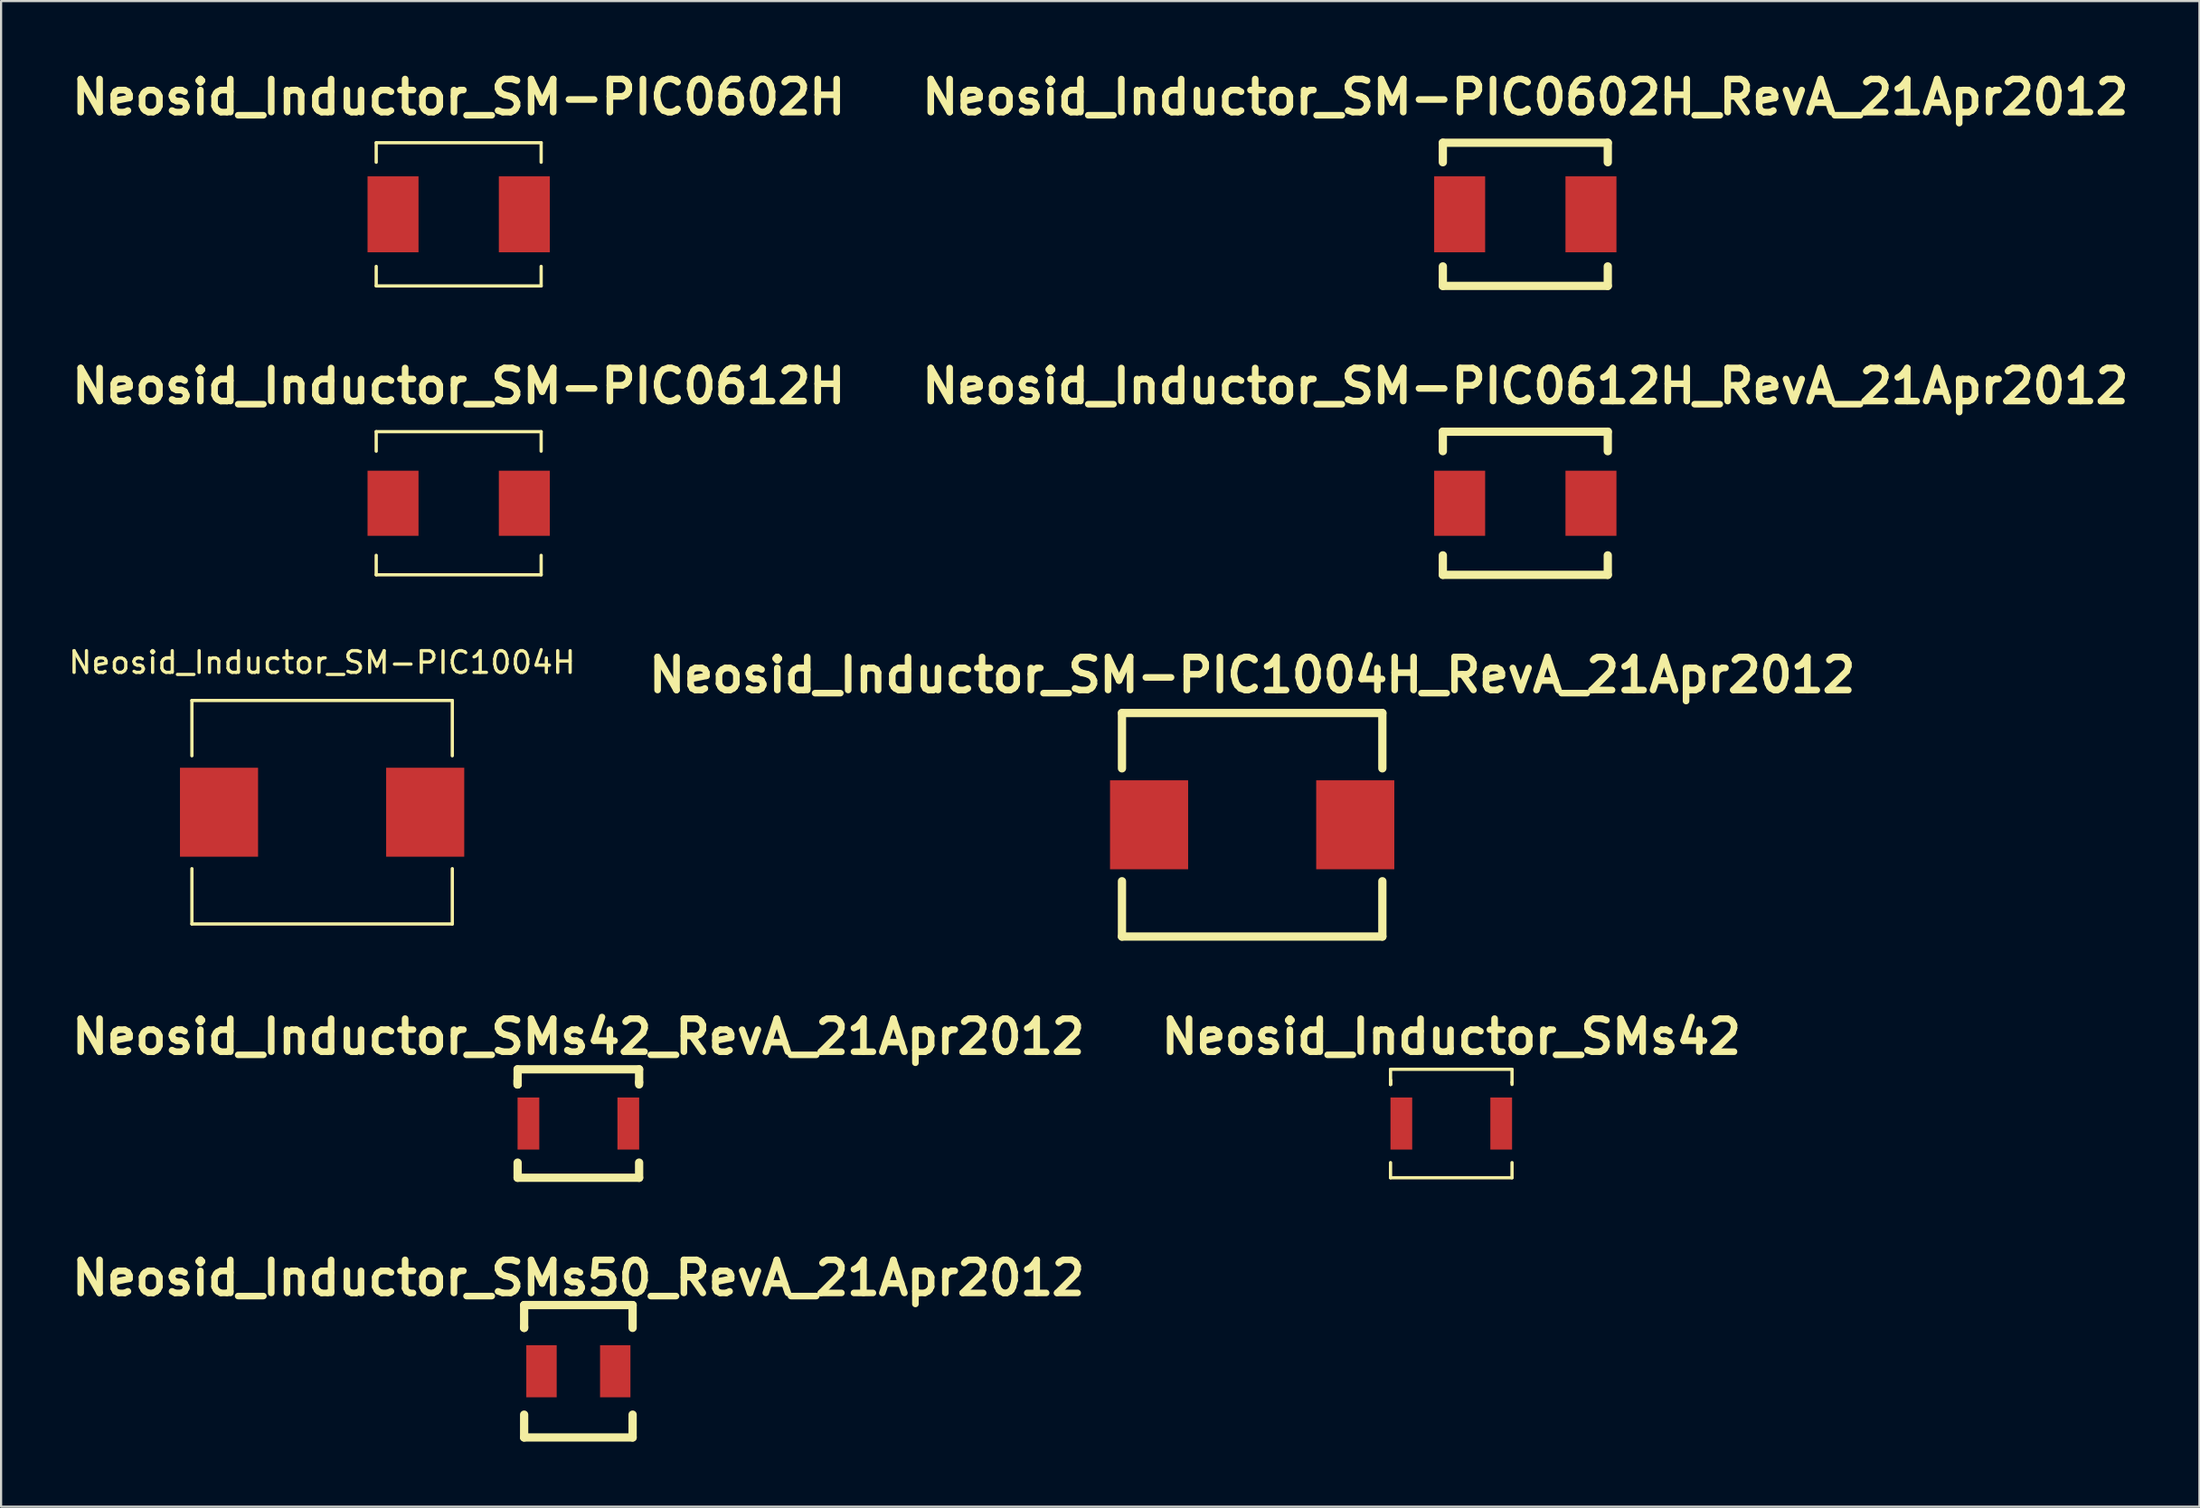
<source format=kicad_pcb>
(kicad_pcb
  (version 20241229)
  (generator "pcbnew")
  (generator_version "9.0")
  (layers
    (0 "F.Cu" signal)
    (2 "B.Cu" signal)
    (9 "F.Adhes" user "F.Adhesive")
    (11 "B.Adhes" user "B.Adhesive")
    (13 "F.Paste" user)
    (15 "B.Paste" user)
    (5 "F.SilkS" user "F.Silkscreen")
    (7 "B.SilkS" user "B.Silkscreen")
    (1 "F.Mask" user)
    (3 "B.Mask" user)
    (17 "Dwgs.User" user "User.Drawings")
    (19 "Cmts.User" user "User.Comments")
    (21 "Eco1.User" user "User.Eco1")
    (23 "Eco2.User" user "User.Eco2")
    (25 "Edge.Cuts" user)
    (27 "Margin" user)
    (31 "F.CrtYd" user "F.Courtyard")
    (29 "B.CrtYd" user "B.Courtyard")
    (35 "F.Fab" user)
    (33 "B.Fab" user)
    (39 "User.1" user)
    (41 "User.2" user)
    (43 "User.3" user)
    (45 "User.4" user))
  (footprint "Neosid_Inductor_SM-PIC0612H_RevA_21Apr2012"
    (layer "F.Cu")
    (at 67.233 20.143)
    (property "Reference" "Neosid_Inductor_SM-PIC0612H_RevA_21Apr2012" (at 0 -5.4 0) (layer "F.SilkS") (effects (font (size 1.524 1.524) (thickness 0.305))))
    (attr smd)
    (fp_line (start -3.8 -3.299) (end -3.8 -2.4) (stroke (width 0.381) (type solid)) (layer "F.SilkS"))
    (fp_line (start -3.8 2.4) (end -3.8 3.299) (stroke (width 0.381) (type solid)) (layer "F.SilkS"))
    (fp_line (start -3.8 3.299) (end 3.8 3.299) (stroke (width 0.381) (type solid)) (layer "F.SilkS"))
    (fp_line (start 3.8 -3.299) (end -3.8 -3.299) (stroke (width 0.381) (type solid)) (layer "F.SilkS"))
    (fp_line (start 3.8 -2.4) (end 3.8 -3.299) (stroke (width 0.381) (type solid)) (layer "F.SilkS"))
    (fp_line (start 3.8 3.299) (end 3.8 2.4) (stroke (width 0.381) (type solid)) (layer "F.SilkS"))
    (pad "1" smd rect (at -3.025 0) (size 2.349 3) (layers "F.Cu" "F.Mask" "F.Paste"))
    (pad "2" smd rect (at 3.025 0) (size 2.349 3) (layers "F.Cu" "F.Mask" "F.Paste")))
  (footprint "Neosid_Inductor_SMs42_RevA_21Apr2012"
    (layer "F.Cu")
    (at 23.6 48.729)
    (property "Reference" "Neosid_Inductor_SMs42_RevA_21Apr2012" (at 0 -4 0) (layer "F.SilkS") (effects (font (size 1.524 1.524) (thickness 0.305))))
    (attr smd)
    (fp_line (start -2.799 -2.499) (end -2.799 -1.801) (stroke (width 0.381) (type solid)) (layer "F.SilkS"))
    (fp_line (start -2.799 -1.999) (end -2.799 -1.801) (stroke (width 0.381) (type solid)) (layer "F.SilkS"))
    (fp_line (start -2.799 -1.801) (end -2.799 -1.999) (stroke (width 0.381) (type solid)) (layer "F.SilkS"))
    (fp_line (start -2.799 2.499) (end -2.799 1.801) (stroke (width 0.381) (type solid)) (layer "F.SilkS"))
    (fp_line (start 2.799 -2.499) (end -2.799 -2.499) (stroke (width 0.381) (type solid)) (layer "F.SilkS"))
    (fp_line (start 2.799 -2.499) (end 2.799 -1.9) (stroke (width 0.381) (type solid)) (layer "F.SilkS"))
    (fp_line (start 2.799 -1.9) (end 2.799 -1.801) (stroke (width 0.381) (type solid)) (layer "F.SilkS"))
    (fp_line (start 2.799 1.801) (end 2.799 2.499) (stroke (width 0.381) (type solid)) (layer "F.SilkS"))
    (fp_line (start 2.799 2.499) (end -2.799 2.499) (stroke (width 0.381) (type solid)) (layer "F.SilkS"))
    (pad "1" smd rect (at -2.301 0) (size 1.001 2.4) (layers "F.Cu" "F.Mask" "F.Paste"))
    (pad "2" smd rect (at 2.301 0) (size 1.001 2.4) (layers "F.Cu" "F.Mask" "F.Paste")))
  (footprint "Neosid_Inductor_SMs42"
    (layer "F.Cu")
    (at 63.822 48.729)
    (property "Reference" "Neosid_Inductor_SMs42" (at 0 -4 0) (layer "F.SilkS") (effects (font (size 1.524 1.524) (thickness 0.305))))
    (attr smd)
    (fp_line (start -2.799 -2.499) (end -2.799 -1.801) (stroke (width 0.15) (type solid)) (layer "F.SilkS"))
    (fp_line (start -2.799 -1.999) (end -2.799 -1.801) (stroke (width 0.15) (type solid)) (layer "F.SilkS"))
    (fp_line (start -2.799 -1.801) (end -2.799 -1.999) (stroke (width 0.15) (type solid)) (layer "F.SilkS"))
    (fp_line (start -2.799 2.499) (end -2.799 1.801) (stroke (width 0.15) (type solid)) (layer "F.SilkS"))
    (fp_line (start 2.799 -2.499) (end -2.799 -2.499) (stroke (width 0.15) (type solid)) (layer "F.SilkS"))
    (fp_line (start 2.799 -2.499) (end 2.799 -1.9) (stroke (width 0.15) (type solid)) (layer "F.SilkS"))
    (fp_line (start 2.799 -1.9) (end 2.799 -1.801) (stroke (width 0.15) (type solid)) (layer "F.SilkS"))
    (fp_line (start 2.799 1.801) (end 2.799 2.499) (stroke (width 0.15) (type solid)) (layer "F.SilkS"))
    (fp_line (start 2.799 2.499) (end -2.799 2.499) (stroke (width 0.15) (type solid)) (layer "F.SilkS"))
    (pad "1" smd rect (at -2.301 0) (size 1.001 2.4) (layers "F.Cu" "F.Mask" "F.Paste"))
    (pad "2" smd rect (at 2.301 0) (size 1.001 2.4) (layers "F.Cu" "F.Mask" "F.Paste")))
  (footprint "Neosid_Inductor_SM-PIC1004H_RevA_21Apr2012"
    (layer "F.Cu")
    (at 54.647 34.961)
    (property "Reference" "Neosid_Inductor_SM-PIC1004H_RevA_21Apr2012" (at 0 -6.901 0) (layer "F.SilkS") (effects (font (size 1.524 1.524) (thickness 0.305))))
    (attr smd)
    (fp_line (start -5.999 -5.151) (end -5.999 -2.601) (stroke (width 0.381) (type solid)) (layer "F.SilkS"))
    (fp_line (start -5.999 2.601) (end -5.999 5.151) (stroke (width 0.381) (type solid)) (layer "F.SilkS"))
    (fp_line (start -5.999 5.151) (end 5.999 5.151) (stroke (width 0.381) (type solid)) (layer "F.SilkS"))
    (fp_line (start 5.999 -5.151) (end -5.999 -5.151) (stroke (width 0.381) (type solid)) (layer "F.SilkS"))
    (fp_line (start 5.999 -2.601) (end 5.999 -5.151) (stroke (width 0.381) (type solid)) (layer "F.SilkS"))
    (fp_line (start 5.999 5.151) (end 5.999 2.601) (stroke (width 0.381) (type solid)) (layer "F.SilkS"))
    (pad "1" smd rect (at -4.75 0) (size 3.599 4.1) (layers "F.Cu" "F.Mask" "F.Paste"))
    (pad "2" smd rect (at 4.75 0) (size 3.599 4.1) (layers "F.Cu" "F.Mask" "F.Paste")))
  (footprint "Neosid_Inductor_SMs50_RevA_21Apr2012"
    (layer "F.Cu")
    (at 23.6 60.146)
    (property "Reference" "Neosid_Inductor_SMs50_RevA_21Apr2012" (at 0 -4.3 0) (layer "F.SilkS") (effects (font (size 1.524 1.524) (thickness 0.305))))
    (attr smd)
    (fp_line (start -2.499 -3.051) (end -2.499 -1.999) (stroke (width 0.381) (type solid)) (layer "F.SilkS"))
    (fp_line (start -2.499 -1.999) (end -2.499 -2.05) (stroke (width 0.381) (type solid)) (layer "F.SilkS"))
    (fp_line (start -2.499 1.999) (end -2.499 3.051) (stroke (width 0.381) (type solid)) (layer "F.SilkS"))
    (fp_line (start -2.499 3.051) (end 2.499 3.051) (stroke (width 0.381) (type solid)) (layer "F.SilkS"))
    (fp_line (start 2.499 -3.051) (end -2.499 -3.051) (stroke (width 0.381) (type solid)) (layer "F.SilkS"))
    (fp_line (start 2.499 -3.051) (end 2.499 -1.999) (stroke (width 0.381) (type solid)) (layer "F.SilkS"))
    (fp_line (start 2.499 3.051) (end 2.499 1.999) (stroke (width 0.381) (type solid)) (layer "F.SilkS"))
    (pad "1" smd rect (at -1.699 0) (size 1.4 2.4) (layers "F.Cu" "F.Mask" "F.Paste"))
    (pad "2" smd rect (at 1.699 0) (size 1.4 2.4) (layers "F.Cu" "F.Mask" "F.Paste")))
  (footprint "Neosid_Inductor_SM-PIC0612H"
    (layer "F.Cu")
    (at 18.085 20.143)
    (property "Reference" "Neosid_Inductor_SM-PIC0612H" (at 0 -5.4 0) (layer "F.SilkS") (effects (font (size 1.524 1.524) (thickness 0.305))))
    (attr smd)
    (fp_line (start -3.8 -3.299) (end -3.8 -2.4) (stroke (width 0.15) (type solid)) (layer "F.SilkS"))
    (fp_line (start -3.8 2.4) (end -3.8 3.299) (stroke (width 0.15) (type solid)) (layer "F.SilkS"))
    (fp_line (start -3.8 3.299) (end 3.8 3.299) (stroke (width 0.15) (type solid)) (layer "F.SilkS"))
    (fp_line (start 3.8 -3.299) (end -3.8 -3.299) (stroke (width 0.15) (type solid)) (layer "F.SilkS"))
    (fp_line (start 3.8 -2.4) (end 3.8 -3.299) (stroke (width 0.15) (type solid)) (layer "F.SilkS"))
    (fp_line (start 3.8 3.299) (end 3.8 2.4) (stroke (width 0.15) (type solid)) (layer "F.SilkS"))
    (pad "1" smd rect (at -3.025 0) (size 2.349 3) (layers "F.Cu" "F.Mask" "F.Paste"))
    (pad "2" smd rect (at 3.025 0) (size 2.349 3) (layers "F.Cu" "F.Mask" "F.Paste")))
  (footprint "Neosid_Inductor_SM-PIC0602H_RevA_21Apr2012"
    (layer "F.Cu")
    (at 67.233 6.827)
    (property "Reference" "Neosid_Inductor_SM-PIC0602H_RevA_21Apr2012" (at 0 -5.4 0) (layer "F.SilkS") (effects (font (size 1.524 1.524) (thickness 0.305))))
    (attr smd)
    (fp_line (start -3.8 -3.299) (end -3.8 -2.4) (stroke (width 0.381) (type solid)) (layer "F.SilkS"))
    (fp_line (start -3.8 2.4) (end -3.8 3.299) (stroke (width 0.381) (type solid)) (layer "F.SilkS"))
    (fp_line (start -3.8 3.299) (end 3.8 3.299) (stroke (width 0.381) (type solid)) (layer "F.SilkS"))
    (fp_line (start 3.8 -3.299) (end -3.8 -3.299) (stroke (width 0.381) (type solid)) (layer "F.SilkS"))
    (fp_line (start 3.8 -2.4) (end 3.8 -3.299) (stroke (width 0.381) (type solid)) (layer "F.SilkS"))
    (fp_line (start 3.8 3.299) (end 3.8 2.4) (stroke (width 0.381) (type solid)) (layer "F.SilkS"))
    (pad "1" smd rect (at -3.025 0) (size 2.349 3.5) (layers "F.Cu" "F.Mask" "F.Paste"))
    (pad "2" smd rect (at 3.025 0) (size 2.349 3.5) (layers "F.Cu" "F.Mask" "F.Paste")))
  (footprint "Neosid_Inductor_SM-PIC1004H"
    (layer "F.Cu")
    (at 11.792 34.382)
    (property "Reference" "Neosid_Inductor_SM-PIC1004H" (at 0 -6.901 0) (layer "F.SilkS") (effects (font (size 1 1) (thickness 0.15))))
    (attr smd)
    (fp_line (start -5.999 -5.151) (end -5.999 -2.601) (stroke (width 0.15) (type solid)) (layer "F.SilkS"))
    (fp_line (start -5.999 2.601) (end -5.999 5.151) (stroke (width 0.15) (type solid)) (layer "F.SilkS"))
    (fp_line (start -5.999 5.151) (end 5.999 5.151) (stroke (width 0.15) (type solid)) (layer "F.SilkS"))
    (fp_line (start 5.999 -5.151) (end -5.999 -5.151) (stroke (width 0.15) (type solid)) (layer "F.SilkS"))
    (fp_line (start 5.999 -2.601) (end 5.999 -5.151) (stroke (width 0.15) (type solid)) (layer "F.SilkS"))
    (fp_line (start 5.999 5.151) (end 5.999 2.601) (stroke (width 0.15) (type solid)) (layer "F.SilkS"))
    (pad "1" smd rect (at -4.75 0) (size 3.599 4.1) (layers "F.Cu" "F.Mask" "F.Paste"))
    (pad "2" smd rect (at 4.75 0) (size 3.599 4.1) (layers "F.Cu" "F.Mask" "F.Paste")))
  (footprint "Neosid_Inductor_SM-PIC0602H"
    (layer "F.Cu")
    (at 18.085 6.827)
    (property "Reference" "Neosid_Inductor_SM-PIC0602H" (at 0 -5.4 0) (layer "F.SilkS") (effects (font (size 1.524 1.524) (thickness 0.305))))
    (attr smd)
    (fp_line (start -3.8 -3.299) (end -3.8 -2.4) (stroke (width 0.15) (type solid)) (layer "F.SilkS"))
    (fp_line (start -3.8 2.4) (end -3.8 3.299) (stroke (width 0.15) (type solid)) (layer "F.SilkS"))
    (fp_line (start -3.8 3.299) (end 3.8 3.299) (stroke (width 0.15) (type solid)) (layer "F.SilkS"))
    (fp_line (start 3.8 -3.299) (end -3.8 -3.299) (stroke (width 0.15) (type solid)) (layer "F.SilkS"))
    (fp_line (start 3.8 -2.4) (end 3.8 -3.299) (stroke (width 0.15) (type solid)) (layer "F.SilkS"))
    (fp_line (start 3.8 3.299) (end 3.8 2.4) (stroke (width 0.15) (type solid)) (layer "F.SilkS"))
    (pad "1" smd rect (at -3.025 0) (size 2.349 3.5) (layers "F.Cu" "F.Mask" "F.Paste"))
    (pad "2" smd rect (at 3.025 0) (size 2.349 3.5) (layers "F.Cu" "F.Mask" "F.Paste")))
  (gr_rect
    (start -3 -3)
    (end 98.296 66.387)
    (stroke (width 0.1) (type default))
    (fill no)
    (layer "Edge.Cuts")))
</source>
